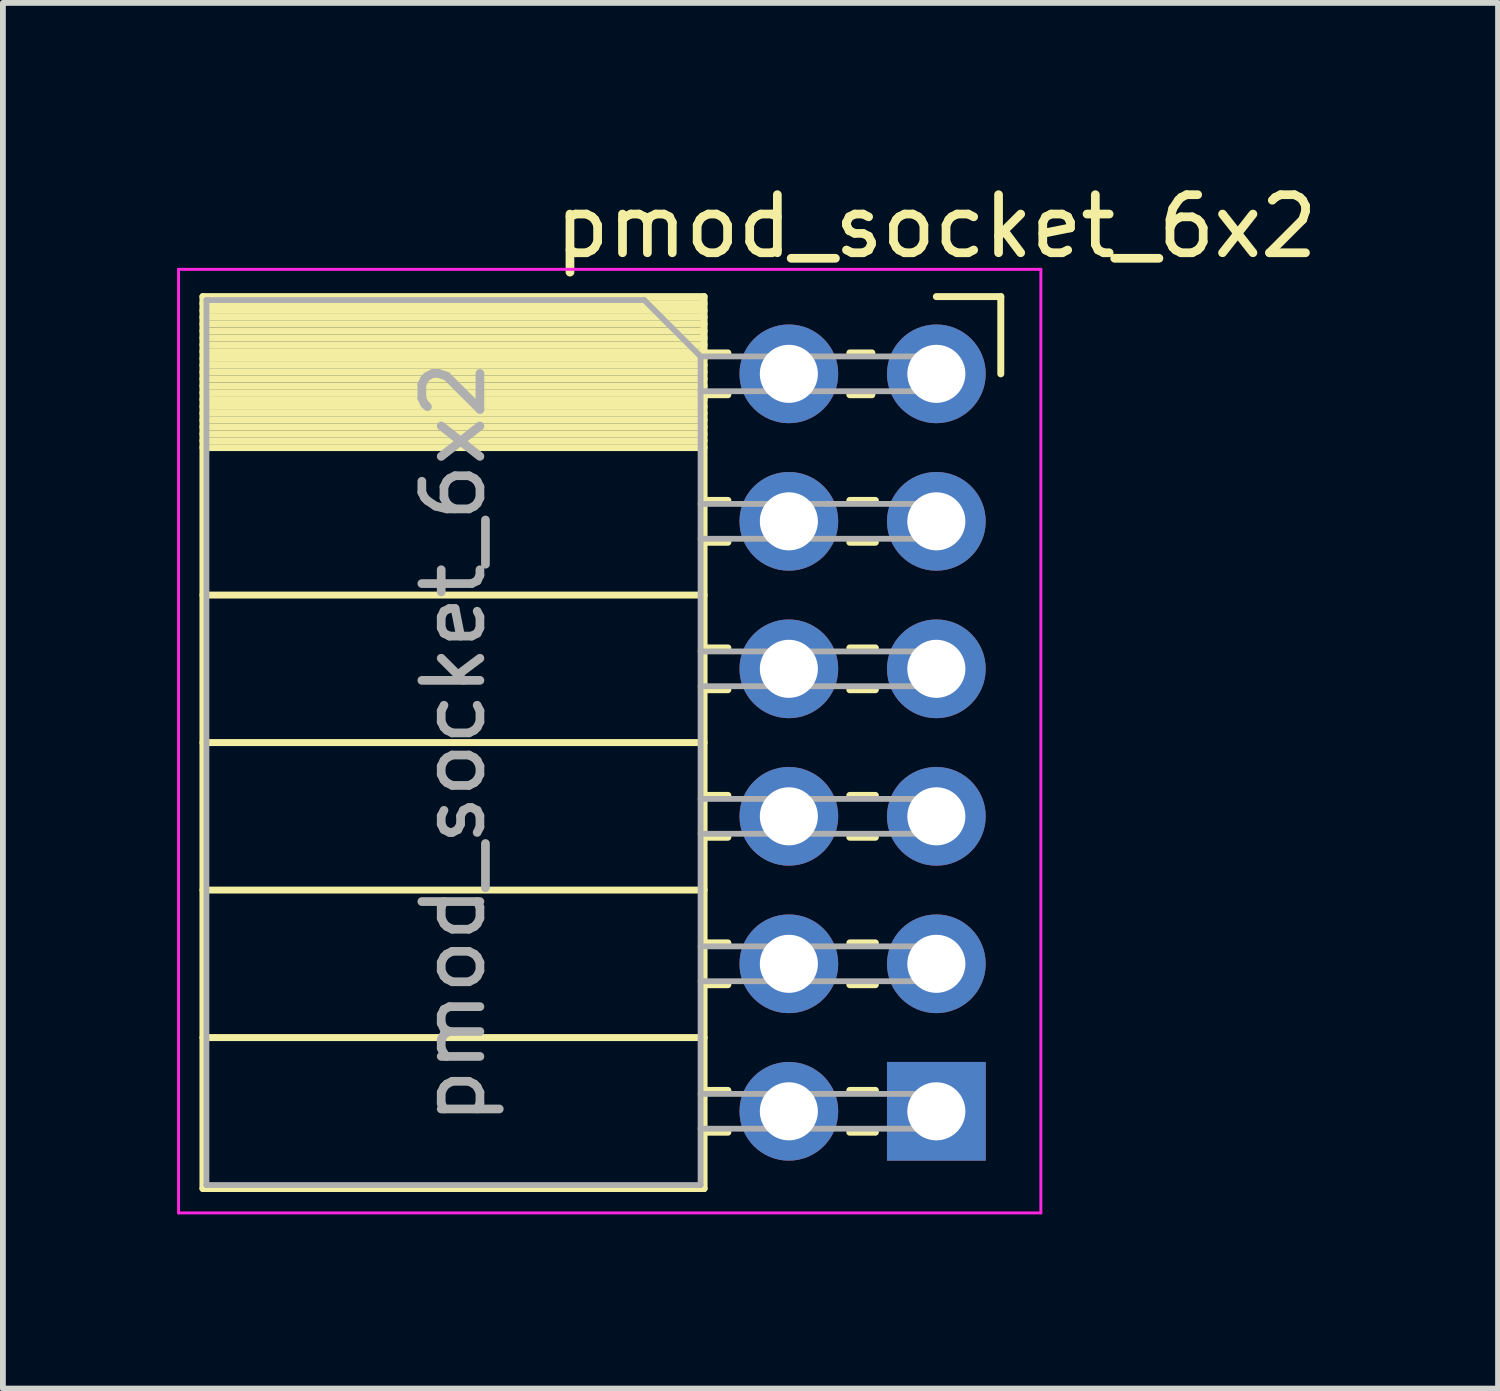
<source format=kicad_pcb>
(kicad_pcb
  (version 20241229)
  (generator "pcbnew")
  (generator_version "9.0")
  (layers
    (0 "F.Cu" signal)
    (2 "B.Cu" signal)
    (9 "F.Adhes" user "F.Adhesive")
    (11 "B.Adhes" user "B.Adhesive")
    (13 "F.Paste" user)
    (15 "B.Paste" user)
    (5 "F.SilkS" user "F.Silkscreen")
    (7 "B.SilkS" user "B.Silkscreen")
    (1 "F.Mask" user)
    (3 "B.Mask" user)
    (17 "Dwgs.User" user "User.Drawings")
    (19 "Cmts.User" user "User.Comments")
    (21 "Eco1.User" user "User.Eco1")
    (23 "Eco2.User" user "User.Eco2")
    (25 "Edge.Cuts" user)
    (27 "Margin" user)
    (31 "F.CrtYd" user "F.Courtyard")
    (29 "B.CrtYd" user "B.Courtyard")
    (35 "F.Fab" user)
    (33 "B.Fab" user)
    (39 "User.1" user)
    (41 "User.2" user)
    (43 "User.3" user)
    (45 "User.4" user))
  (footprint "pmod_socket_6x2"
    (layer "F.Cu")
    (at 13.075 16.088)
    (property "Reference" "pmod_socket_6x2" (at 0 -15.24 0) (unlocked yes) (layer "F.SilkS") (effects (font (size 1 1) (thickness 0.15))))
    (attr through_hole)
    (fp_line (start -12.63 -14.03) (end -12.63 1.33) (stroke (width 0.12) (type solid)) (layer "F.SilkS"))
    (fp_line (start -12.63 -14.03) (end -4 -14.03) (stroke (width 0.12) (type solid)) (layer "F.SilkS"))
    (fp_line (start -12.63 -13.91) (end -4 -13.91) (stroke (width 0.12) (type solid)) (layer "F.SilkS"))
    (fp_line (start -12.63 -13.792) (end -4 -13.792) (stroke (width 0.12) (type solid)) (layer "F.SilkS"))
    (fp_line (start -12.63 -13.674) (end -4 -13.674) (stroke (width 0.12) (type solid)) (layer "F.SilkS"))
    (fp_line (start -12.63 -13.556) (end -4 -13.556) (stroke (width 0.12) (type solid)) (layer "F.SilkS"))
    (fp_line (start -12.63 -13.438) (end -4 -13.438) (stroke (width 0.12) (type solid)) (layer "F.SilkS"))
    (fp_line (start -12.63 -13.32) (end -4 -13.32) (stroke (width 0.12) (type solid)) (layer "F.SilkS"))
    (fp_line (start -12.63 -13.201) (end -4 -13.201) (stroke (width 0.12) (type solid)) (layer "F.SilkS"))
    (fp_line (start -12.63 -13.083) (end -4 -13.083) (stroke (width 0.12) (type solid)) (layer "F.SilkS"))
    (fp_line (start -12.63 -12.965) (end -4 -12.965) (stroke (width 0.12) (type solid)) (layer "F.SilkS"))
    (fp_line (start -12.63 -12.847) (end -4 -12.847) (stroke (width 0.12) (type solid)) (layer "F.SilkS"))
    (fp_line (start -12.63 -12.729) (end -4 -12.729) (stroke (width 0.12) (type solid)) (layer "F.SilkS"))
    (fp_line (start -12.63 -12.611) (end -4 -12.611) (stroke (width 0.12) (type solid)) (layer "F.SilkS"))
    (fp_line (start -12.63 -12.493) (end -4 -12.493) (stroke (width 0.12) (type solid)) (layer "F.SilkS"))
    (fp_line (start -12.63 -12.375) (end -4 -12.375) (stroke (width 0.12) (type solid)) (layer "F.SilkS"))
    (fp_line (start -12.63 -12.257) (end -4 -12.257) (stroke (width 0.12) (type solid)) (layer "F.SilkS"))
    (fp_line (start -12.63 -12.139) (end -4 -12.139) (stroke (width 0.12) (type solid)) (layer "F.SilkS"))
    (fp_line (start -12.63 -12.02) (end -4 -12.02) (stroke (width 0.12) (type solid)) (layer "F.SilkS"))
    (fp_line (start -12.63 -11.902) (end -4 -11.902) (stroke (width 0.12) (type solid)) (layer "F.SilkS"))
    (fp_line (start -12.63 -11.784) (end -4 -11.784) (stroke (width 0.12) (type solid)) (layer "F.SilkS"))
    (fp_line (start -12.63 -11.666) (end -4 -11.666) (stroke (width 0.12) (type solid)) (layer "F.SilkS"))
    (fp_line (start -12.63 -11.548) (end -4 -11.548) (stroke (width 0.12) (type solid)) (layer "F.SilkS"))
    (fp_line (start -12.63 -11.43) (end -4 -11.43) (stroke (width 0.12) (type solid)) (layer "F.SilkS"))
    (fp_line (start -12.63 -8.89) (end -4 -8.89) (stroke (width 0.12) (type solid)) (layer "F.SilkS"))
    (fp_line (start -12.63 -6.35) (end -4 -6.35) (stroke (width 0.12) (type solid)) (layer "F.SilkS"))
    (fp_line (start -12.63 -3.81) (end -4 -3.81) (stroke (width 0.12) (type solid)) (layer "F.SilkS"))
    (fp_line (start -12.63 -1.27) (end -4 -1.27) (stroke (width 0.12) (type solid)) (layer "F.SilkS"))
    (fp_line (start -12.63 1.33) (end -4 1.33) (stroke (width 0.12) (type solid)) (layer "F.SilkS"))
    (fp_line (start -4 -14.03) (end -4 1.33) (stroke (width 0.12) (type solid)) (layer "F.SilkS"))
    (fp_line (start -4 -13.06) (end -3.59 -13.06) (stroke (width 0.12) (type solid)) (layer "F.SilkS"))
    (fp_line (start -4 -12.34) (end -3.59 -12.34) (stroke (width 0.12) (type solid)) (layer "F.SilkS"))
    (fp_line (start -4 -10.52) (end -3.59 -10.52) (stroke (width 0.12) (type solid)) (layer "F.SilkS"))
    (fp_line (start -4 -9.8) (end -3.59 -9.8) (stroke (width 0.12) (type solid)) (layer "F.SilkS"))
    (fp_line (start -4 -7.98) (end -3.59 -7.98) (stroke (width 0.12) (type solid)) (layer "F.SilkS"))
    (fp_line (start -4 -7.26) (end -3.59 -7.26) (stroke (width 0.12) (type solid)) (layer "F.SilkS"))
    (fp_line (start -4 -5.44) (end -3.59 -5.44) (stroke (width 0.12) (type solid)) (layer "F.SilkS"))
    (fp_line (start -4 -4.72) (end -3.59 -4.72) (stroke (width 0.12) (type solid)) (layer "F.SilkS"))
    (fp_line (start -4 -2.9) (end -3.59 -2.9) (stroke (width 0.12) (type solid)) (layer "F.SilkS"))
    (fp_line (start -4 -2.18) (end -3.59 -2.18) (stroke (width 0.12) (type solid)) (layer "F.SilkS"))
    (fp_line (start -4 -0.36) (end -3.59 -0.36) (stroke (width 0.12) (type solid)) (layer "F.SilkS"))
    (fp_line (start -4 0.36) (end -3.59 0.36) (stroke (width 0.12) (type solid)) (layer "F.SilkS"))
    (fp_line (start -1.49 -13.06) (end -1.11 -13.06) (stroke (width 0.12) (type solid)) (layer "F.SilkS"))
    (fp_line (start -1.49 -12.34) (end -1.11 -12.34) (stroke (width 0.12) (type solid)) (layer "F.SilkS"))
    (fp_line (start -1.49 -10.52) (end -1.05 -10.52) (stroke (width 0.12) (type solid)) (layer "F.SilkS"))
    (fp_line (start -1.49 -9.8) (end -1.05 -9.8) (stroke (width 0.12) (type solid)) (layer "F.SilkS"))
    (fp_line (start -1.49 -7.98) (end -1.05 -7.98) (stroke (width 0.12) (type solid)) (layer "F.SilkS"))
    (fp_line (start -1.49 -7.26) (end -1.05 -7.26) (stroke (width 0.12) (type solid)) (layer "F.SilkS"))
    (fp_line (start -1.49 -5.44) (end -1.05 -5.44) (stroke (width 0.12) (type solid)) (layer "F.SilkS"))
    (fp_line (start -1.49 -4.72) (end -1.05 -4.72) (stroke (width 0.12) (type solid)) (layer "F.SilkS"))
    (fp_line (start -1.49 -2.9) (end -1.05 -2.9) (stroke (width 0.12) (type solid)) (layer "F.SilkS"))
    (fp_line (start -1.49 -2.18) (end -1.05 -2.18) (stroke (width 0.12) (type solid)) (layer "F.SilkS"))
    (fp_line (start -1.49 -0.36) (end -1.05 -0.36) (stroke (width 0.12) (type solid)) (layer "F.SilkS"))
    (fp_line (start -1.49 0.36) (end -1.05 0.36) (stroke (width 0.12) (type solid)) (layer "F.SilkS"))
    (fp_line (start 0 -14.03) (end 1.11 -14.03) (stroke (width 0.12) (type solid)) (layer "F.SilkS"))
    (fp_line (start 1.11 -14.03) (end 1.11 -12.7) (stroke (width 0.12) (type solid)) (layer "F.SilkS"))
    (fp_line (start -13.05 -14.5) (end -13.05 1.75) (stroke (width 0.05) (type solid)) (layer "F.CrtYd"))
    (fp_line (start -13.05 1.75) (end 1.8 1.75) (stroke (width 0.05) (type solid)) (layer "F.CrtYd"))
    (fp_line (start 1.8 -14.5) (end -13.05 -14.5) (stroke (width 0.05) (type solid)) (layer "F.CrtYd"))
    (fp_line (start 1.8 1.75) (end 1.8 -14.5) (stroke (width 0.05) (type solid)) (layer "F.CrtYd"))
    (fp_line (start -12.57 -13.97) (end -5.03 -13.97) (stroke (width 0.1) (type solid)) (layer "F.Fab"))
    (fp_line (start -12.57 1.27) (end -12.57 -13.97) (stroke (width 0.1) (type solid)) (layer "F.Fab"))
    (fp_line (start -5.03 -13.97) (end -4.06 -13) (stroke (width 0.1) (type solid)) (layer "F.Fab"))
    (fp_line (start -4.06 -13) (end -4.06 1.27) (stroke (width 0.1) (type solid)) (layer "F.Fab"))
    (fp_line (start -4.06 -12.4) (end 0 -12.4) (stroke (width 0.1) (type solid)) (layer "F.Fab"))
    (fp_line (start -4.06 -9.86) (end 0 -9.86) (stroke (width 0.1) (type solid)) (layer "F.Fab"))
    (fp_line (start -4.06 -7.32) (end 0 -7.32) (stroke (width 0.1) (type solid)) (layer "F.Fab"))
    (fp_line (start -4.06 -4.78) (end 0 -4.78) (stroke (width 0.1) (type solid)) (layer "F.Fab"))
    (fp_line (start -4.06 -2.24) (end 0 -2.24) (stroke (width 0.1) (type solid)) (layer "F.Fab"))
    (fp_line (start -4.06 0.3) (end 0 0.3) (stroke (width 0.1) (type solid)) (layer "F.Fab"))
    (fp_line (start -4.06 1.27) (end -12.57 1.27) (stroke (width 0.1) (type solid)) (layer "F.Fab"))
    (fp_line (start 0 -13) (end -4.06 -13) (stroke (width 0.1) (type solid)) (layer "F.Fab"))
    (fp_line (start 0 -12.4) (end 0 -13) (stroke (width 0.1) (type solid)) (layer "F.Fab"))
    (fp_line (start 0 -10.46) (end -4.06 -10.46) (stroke (width 0.1) (type solid)) (layer "F.Fab"))
    (fp_line (start 0 -9.86) (end 0 -10.46) (stroke (width 0.1) (type solid)) (layer "F.Fab"))
    (fp_line (start 0 -7.92) (end -4.06 -7.92) (stroke (width 0.1) (type solid)) (layer "F.Fab"))
    (fp_line (start 0 -7.32) (end 0 -7.92) (stroke (width 0.1) (type solid)) (layer "F.Fab"))
    (fp_line (start 0 -5.38) (end -4.06 -5.38) (stroke (width 0.1) (type solid)) (layer "F.Fab"))
    (fp_line (start 0 -4.78) (end 0 -5.38) (stroke (width 0.1) (type solid)) (layer "F.Fab"))
    (fp_line (start 0 -2.84) (end -4.06 -2.84) (stroke (width 0.1) (type solid)) (layer "F.Fab"))
    (fp_line (start 0 -2.24) (end 0 -2.84) (stroke (width 0.1) (type solid)) (layer "F.Fab"))
    (fp_line (start 0 -0.3) (end -4.06 -0.3) (stroke (width 0.1) (type solid)) (layer "F.Fab"))
    (fp_line (start 0 0.3) (end 0 -0.3) (stroke (width 0.1) (type solid)) (layer "F.Fab"))
    (fp_text user "${REFERENCE}" (at -8.315 -6.35 90) (layer "F.Fab") (effects (font (size 1 1) (thickness 0.15))))
    (pad "1" thru_hole rect (at 0 0) (size 1.7 1.7) (drill 1) (layers "*.Cu" "*.Mask"))
    (pad "2" thru_hole oval (at 0 -2.54) (size 1.7 1.7) (drill 1) (layers "*.Cu" "*.Mask"))
    (pad "3" thru_hole oval (at 0 -5.08) (size 1.7 1.7) (drill 1) (layers "*.Cu" "*.Mask"))
    (pad "4" thru_hole oval (at 0 -7.62) (size 1.7 1.7) (drill 1) (layers "*.Cu" "*.Mask"))
    (pad "5" thru_hole oval (at 0 -10.16) (size 1.7 1.7) (drill 1) (layers "*.Cu" "*.Mask"))
    (pad "6" thru_hole oval (at 0 -12.7) (size 1.7 1.7) (drill 1) (layers "*.Cu" "*.Mask"))
    (pad "7" thru_hole oval (at -2.54 0) (size 1.7 1.7) (drill 1) (layers "*.Cu" "*.Mask"))
    (pad "8" thru_hole oval (at -2.54 -2.54) (size 1.7 1.7) (drill 1) (layers "*.Cu" "*.Mask"))
    (pad "9" thru_hole oval (at -2.54 -5.08) (size 1.7 1.7) (drill 1) (layers "*.Cu" "*.Mask"))
    (pad "10" thru_hole oval (at -2.54 -7.62) (size 1.7 1.7) (drill 1) (layers "*.Cu" "*.Mask"))
    (pad "11" thru_hole oval (at -2.54 -10.16) (size 1.7 1.7) (drill 1) (layers "*.Cu" "*.Mask"))
    (pad "12" thru_hole oval (at -2.54 -12.7) (size 1.7 1.7) (drill 1) (layers "*.Cu" "*.Mask")))
  (gr_rect
    (start -3 -3)
    (end 22.748 20.863)
    (stroke (width 0.1) (type default))
    (fill no)
    (layer "Edge.Cuts")))
</source>
